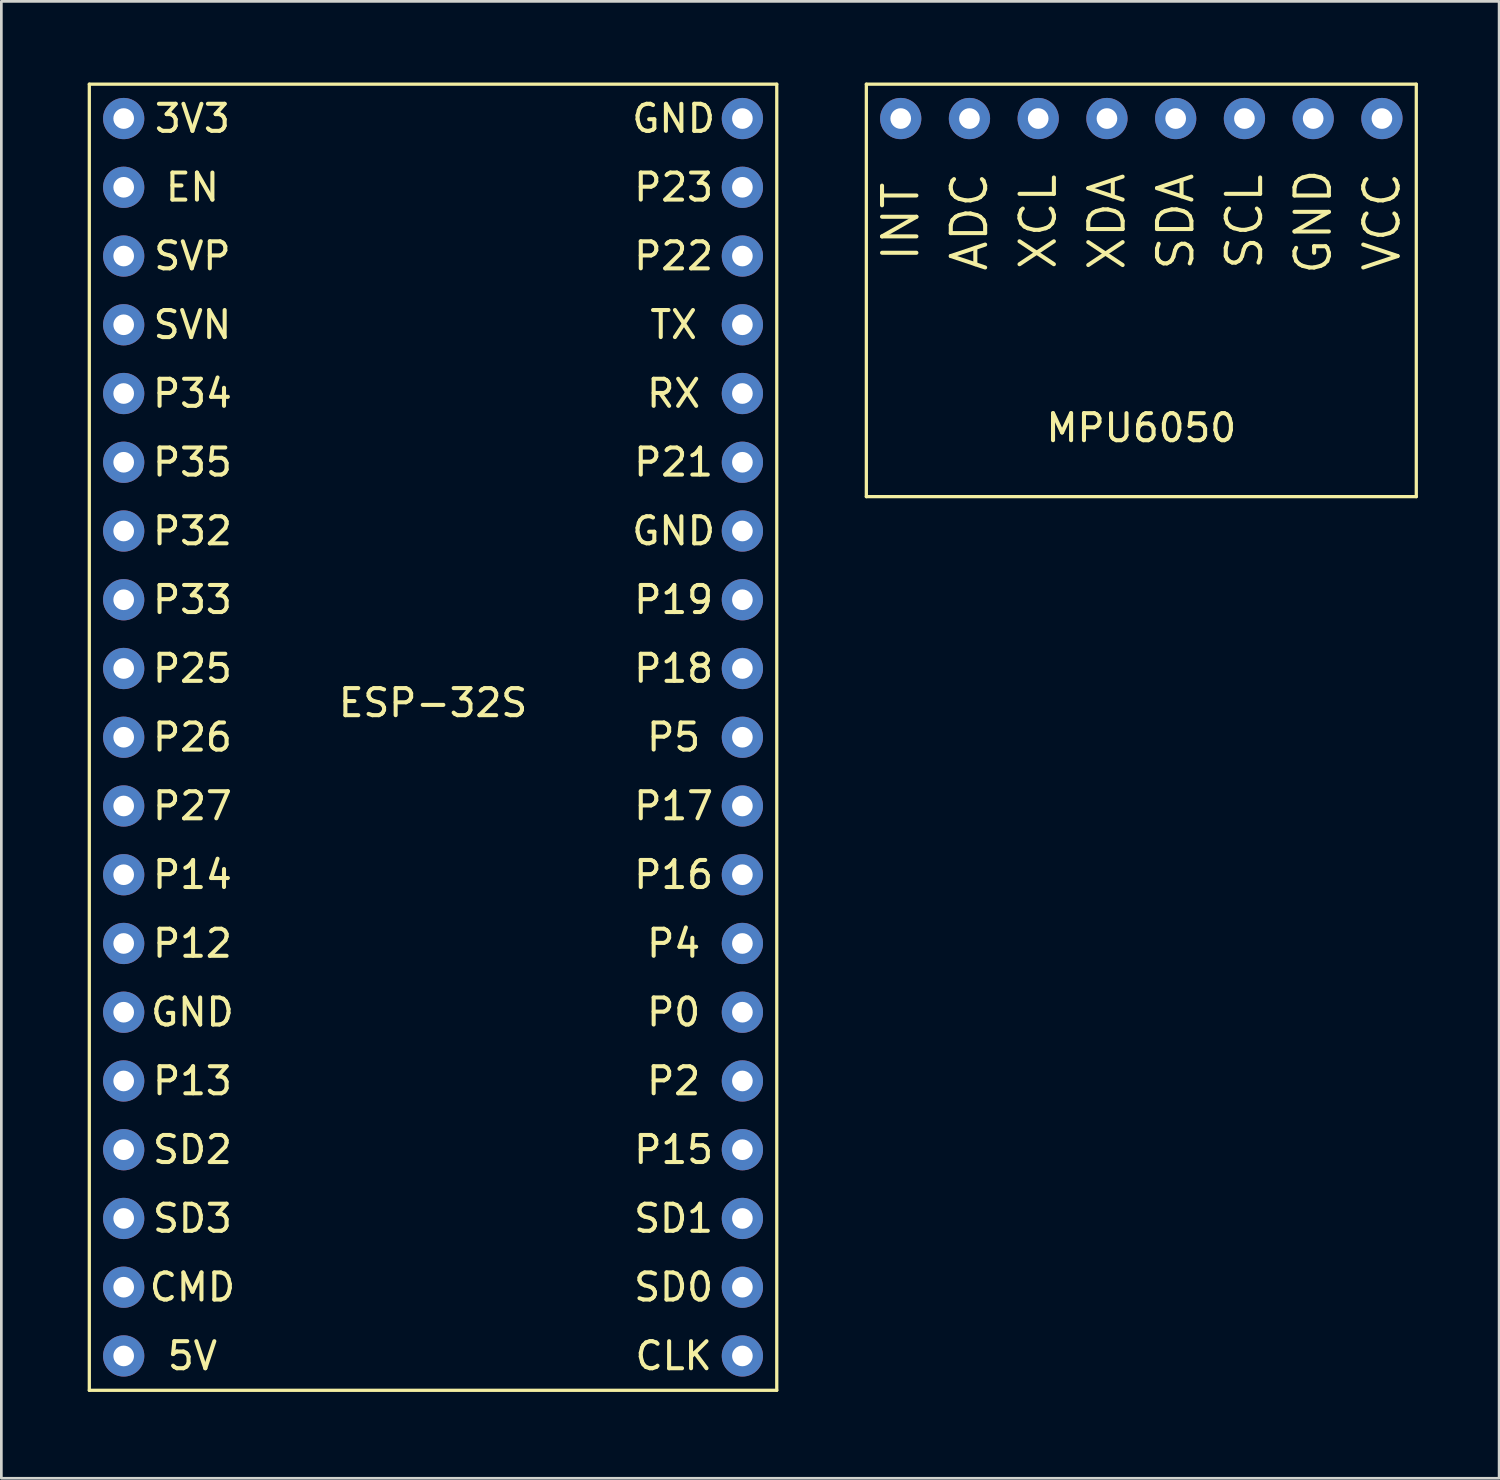
<source format=kicad_pcb>
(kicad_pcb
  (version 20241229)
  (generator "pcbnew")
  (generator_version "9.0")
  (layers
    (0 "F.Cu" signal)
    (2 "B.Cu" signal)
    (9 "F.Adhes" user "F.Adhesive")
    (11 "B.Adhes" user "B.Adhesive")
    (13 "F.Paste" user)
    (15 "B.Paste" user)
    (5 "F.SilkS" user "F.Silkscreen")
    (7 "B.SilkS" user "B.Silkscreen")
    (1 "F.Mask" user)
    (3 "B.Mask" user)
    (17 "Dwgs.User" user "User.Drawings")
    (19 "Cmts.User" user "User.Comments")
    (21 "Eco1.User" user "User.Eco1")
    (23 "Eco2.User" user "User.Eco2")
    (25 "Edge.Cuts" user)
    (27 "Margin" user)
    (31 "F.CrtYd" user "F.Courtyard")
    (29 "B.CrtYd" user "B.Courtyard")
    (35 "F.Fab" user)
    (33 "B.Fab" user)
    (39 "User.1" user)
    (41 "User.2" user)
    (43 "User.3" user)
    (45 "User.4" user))
  (footprint "MPU6050"
    (layer "F.Cu")
    (at 28.96 15.3)
    (property "Reference" "MPU6050" (at 10.16 -2.54 0) (layer "F.SilkS") (effects (font (size 1 1) (thickness 0.15))))
    (attr through_hole)
    (fp_line (start 0 -15.24) (end 0 0) (stroke (width 0.12) (type solid)) (layer "F.SilkS"))
    (fp_line (start 0 0) (end 20.32 0) (stroke (width 0.12) (type solid)) (layer "F.SilkS"))
    (fp_line (start 20.32 -15.24) (end 0 -15.24) (stroke (width 0.12) (type solid)) (layer "F.SilkS"))
    (fp_line (start 20.32 0) (end 20.32 -15.24) (stroke (width 0.12) (type solid)) (layer "F.SilkS"))
    (fp_text user "XDA" (at 8.89 -10.16 90) (layer "F.SilkS") (effects (font (size 1.27 1.27) (thickness 0.15))))
    (fp_text user "GND" (at 16.51 -10.16 90) (layer "F.SilkS") (effects (font (size 1.27 1.27) (thickness 0.15))))
    (fp_text user "SCL" (at 13.97 -10.16 90) (layer "F.SilkS") (effects (font (size 1.27 1.27) (thickness 0.15))))
    (fp_text user "ADC" (at 3.81 -10.16 270) (layer "F.SilkS") (effects (font (size 1.27 1.27) (thickness 0.15))))
    (fp_text user "SDA" (at 11.43 -10.16 90) (layer "F.SilkS") (effects (font (size 1.27 1.27) (thickness 0.15))))
    (fp_text user "XCL" (at 6.35 -10.16 90) (layer "F.SilkS") (effects (font (size 1.27 1.27) (thickness 0.15))))
    (fp_text user "VCC" (at 19.05 -10.16 90) (layer "F.SilkS") (effects (font (size 1.27 1.27) (thickness 0.15))))
    (fp_text user "INT" (at 1.27 -10.16 270) (layer "F.SilkS") (effects (font (size 1.27 1.27) (thickness 0.15))))
    (pad "0" thru_hole circle (at 1.27 -13.97) (size 1.524 1.524) (drill 0.762) (layers "*.Cu" "*.Mask"))
    (pad "1" thru_hole circle (at 3.81 -13.97) (size 1.524 1.524) (drill 0.762) (layers "*.Cu" "*.Mask"))
    (pad "2" thru_hole circle (at 6.35 -13.97) (size 1.524 1.524) (drill 0.762) (layers "*.Cu" "*.Mask"))
    (pad "3" thru_hole circle (at 8.89 -13.97) (size 1.524 1.524) (drill 0.762) (layers "*.Cu" "*.Mask"))
    (pad "4" thru_hole circle (at 11.43 -13.97) (size 1.524 1.524) (drill 0.762) (layers "*.Cu" "*.Mask"))
    (pad "5" thru_hole circle (at 13.97 -13.97) (size 1.524 1.524) (drill 0.762) (layers "*.Cu" "*.Mask"))
    (pad "6" thru_hole circle (at 16.51 -13.97) (size 1.524 1.524) (drill 0.762) (layers "*.Cu" "*.Mask"))
    (pad "7" thru_hole circle (at 19.05 -13.97) (size 1.524 1.524) (drill 0.762) (layers "*.Cu" "*.Mask")))
  (footprint "ESP-32S"
    (layer "F.Cu")
    (at 0.25 48.32)
    (property "Reference" "ESP-32S" (at 12.7 -25.4 0) (layer "F.SilkS") (effects (font (size 1 1) (thickness 0.15))))
    (attr through_hole)
    (fp_line (start 0 -48.26) (end 0 0) (stroke (width 0.12) (type solid)) (layer "F.SilkS"))
    (fp_line (start 0 0) (end 25.4 0) (stroke (width 0.12) (type solid)) (layer "F.SilkS"))
    (fp_line (start 25.4 -48.26) (end 0 -48.26) (stroke (width 0.12) (type solid)) (layer "F.SilkS"))
    (fp_line (start 25.4 0) (end 25.4 -48.26) (stroke (width 0.12) (type solid)) (layer "F.SilkS"))
    (fp_text user "P33" (at 3.81 -29.21 0) (layer "F.SilkS") (effects (font (size 1 1) (thickness 0.15))))
    (fp_text user "P21" (at 21.59 -34.29 0) (layer "F.SilkS") (effects (font (size 1 1) (thickness 0.15))))
    (fp_text user "P25" (at 3.81 -26.67 0) (layer "F.SilkS") (effects (font (size 1 1) (thickness 0.15))))
    (fp_text user "P2" (at 21.59 -11.43 0) (layer "F.SilkS") (effects (font (size 1 1) (thickness 0.15))))
    (fp_text user "3V3" (at 3.81 -46.99 180) (layer "F.SilkS") (effects (font (size 1 1) (thickness 0.15))))
    (fp_text user "P27" (at 3.81 -21.59 0) (layer "F.SilkS") (effects (font (size 1 1) (thickness 0.15))))
    (fp_text user "P35" (at 3.81 -34.29 0) (layer "F.SilkS") (effects (font (size 1 1) (thickness 0.15))))
    (fp_text user "P4" (at 21.59 -16.51 0) (layer "F.SilkS") (effects (font (size 1 1) (thickness 0.15))))
    (fp_text user "P0" (at 21.59 -13.97 0) (layer "F.SilkS") (effects (font (size 1 1) (thickness 0.15))))
    (fp_text user "P32" (at 3.81 -31.75 0) (layer "F.SilkS") (effects (font (size 1 1) (thickness 0.15))))
    (fp_text user "SD2" (at 3.81 -8.89 0) (layer "F.SilkS") (effects (font (size 1 1) (thickness 0.15))))
    (fp_text user "P26" (at 3.81 -24.13 0) (layer "F.SilkS") (effects (font (size 1 1) (thickness 0.15))))
    (fp_text user "GND" (at 21.59 -46.99 0) (layer "F.SilkS") (effects (font (size 1 1) (thickness 0.15))))
    (fp_text user "SVP" (at 3.81 -41.91 0) (layer "F.SilkS") (effects (font (size 1 1) (thickness 0.15))))
    (fp_text user "SD1" (at 21.59 -6.35 0) (layer "F.SilkS") (effects (font (size 1 1) (thickness 0.15))))
    (fp_text user "P19" (at 21.59 -29.21 0) (layer "F.SilkS") (effects (font (size 1 1) (thickness 0.15))))
    (fp_text user "P23" (at 21.59 -44.45 0) (layer "F.SilkS") (effects (font (size 1 1) (thickness 0.15))))
    (fp_text user "P5" (at 21.59 -24.13 0) (layer "F.SilkS") (effects (font (size 1 1) (thickness 0.15))))
    (fp_text user "TX" (at 21.59 -39.37 0) (layer "F.SilkS") (effects (font (size 1 1) (thickness 0.15))))
    (fp_text user "5V" (at 3.81 -1.27 0) (layer "F.SilkS") (effects (font (size 1 1) (thickness 0.15))))
    (fp_text user "SVN" (at 3.81 -39.37 0) (layer "F.SilkS") (effects (font (size 1 1) (thickness 0.15))))
    (fp_text user "EN" (at 3.81 -44.45 0) (layer "F.SilkS") (effects (font (size 1 1) (thickness 0.15))))
    (fp_text user "P14" (at 3.81 -19.05 0) (layer "F.SilkS") (effects (font (size 1 1) (thickness 0.15))))
    (fp_text user "P16" (at 21.59 -19.05 0) (layer "F.SilkS") (effects (font (size 1 1) (thickness 0.15))))
    (fp_text user "P18" (at 21.59 -26.67 0) (layer "F.SilkS") (effects (font (size 1 1) (thickness 0.15))))
    (fp_text user "CMD" (at 3.81 -3.81 0) (layer "F.SilkS") (effects (font (size 1 1) (thickness 0.15))))
    (fp_text user "SD3" (at 3.81 -6.35 0) (layer "F.SilkS") (effects (font (size 1 1) (thickness 0.15))))
    (fp_text user "GND" (at 3.81 -13.97 0) (layer "F.SilkS") (effects (font (size 1 1) (thickness 0.15))))
    (fp_text user "P22" (at 21.59 -41.91 0) (layer "F.SilkS") (effects (font (size 1 1) (thickness 0.15))))
    (fp_text user "P34" (at 3.81 -36.83 0) (layer "F.SilkS") (effects (font (size 1 1) (thickness 0.15))))
    (fp_text user "P17" (at 21.59 -21.59 0) (layer "F.SilkS") (effects (font (size 1 1) (thickness 0.15))))
    (fp_text user "SD0" (at 21.59 -3.81 0) (layer "F.SilkS") (effects (font (size 1 1) (thickness 0.15))))
    (fp_text user "P15" (at 21.59 -8.89 0) (layer "F.SilkS") (effects (font (size 1 1) (thickness 0.15))))
    (fp_text user "RX" (at 21.59 -36.83 0) (layer "F.SilkS") (effects (font (size 1 1) (thickness 0.15))))
    (fp_text user "CLK" (at 21.59 -1.27 0) (layer "F.SilkS") (effects (font (size 1 1) (thickness 0.15))))
    (fp_text user "GND" (at 21.59 -31.75 0) (layer "F.SilkS") (effects (font (size 1 1) (thickness 0.15))))
    (fp_text user "P12" (at 3.81 -16.51 0) (layer "F.SilkS") (effects (font (size 1 1) (thickness 0.15))))
    (fp_text user "P13" (at 3.81 -11.43 0) (layer "F.SilkS") (effects (font (size 1 1) (thickness 0.15))))
    (pad "0" thru_hole circle (at 1.27 -46.99) (size 1.524 1.524) (drill 0.762) (layers "*.Cu" "*.Mask"))
    (pad "1" thru_hole circle (at 1.27 -44.45) (size 1.524 1.524) (drill 0.762) (layers "*.Cu" "*.Mask"))
    (pad "2" thru_hole circle (at 1.27 -41.91) (size 1.524 1.524) (drill 0.762) (layers "*.Cu" "*.Mask"))
    (pad "3" thru_hole circle (at 1.27 -39.37) (size 1.524 1.524) (drill 0.762) (layers "*.Cu" "*.Mask"))
    (pad "4" thru_hole circle (at 1.27 -36.83) (size 1.524 1.524) (drill 0.762) (layers "*.Cu" "*.Mask"))
    (pad "5" thru_hole circle (at 1.27 -34.29) (size 1.524 1.524) (drill 0.762) (layers "*.Cu" "*.Mask"))
    (pad "6" thru_hole circle (at 1.27 -31.75) (size 1.524 1.524) (drill 0.762) (layers "*.Cu" "*.Mask"))
    (pad "7" thru_hole circle (at 1.27 -29.21) (size 1.524 1.524) (drill 0.762) (layers "*.Cu" "*.Mask"))
    (pad "8" thru_hole circle (at 1.27 -26.67) (size 1.524 1.524) (drill 0.762) (layers "*.Cu" "*.Mask"))
    (pad "9" thru_hole circle (at 1.27 -24.13) (size 1.524 1.524) (drill 0.762) (layers "*.Cu" "*.Mask"))
    (pad "10" thru_hole circle (at 1.27 -21.59) (size 1.524 1.524) (drill 0.762) (layers "*.Cu" "*.Mask"))
    (pad "11" thru_hole circle (at 1.27 -19.05) (size 1.524 1.524) (drill 0.762) (layers "*.Cu" "*.Mask"))
    (pad "12" thru_hole circle (at 1.27 -16.51) (size 1.524 1.524) (drill 0.762) (layers "*.Cu" "*.Mask"))
    (pad "13" thru_hole circle (at 1.27 -13.97) (size 1.524 1.524) (drill 0.762) (layers "*.Cu" "*.Mask"))
    (pad "14" thru_hole circle (at 1.27 -11.43) (size 1.524 1.524) (drill 0.762) (layers "*.Cu" "*.Mask"))
    (pad "15" thru_hole circle (at 1.27 -8.89) (size 1.524 1.524) (drill 0.762) (layers "*.Cu" "*.Mask"))
    (pad "16" thru_hole circle (at 1.27 -6.35) (size 1.524 1.524) (drill 0.762) (layers "*.Cu" "*.Mask"))
    (pad "17" thru_hole circle (at 1.27 -3.81) (size 1.524 1.524) (drill 0.762) (layers "*.Cu" "*.Mask"))
    (pad "18" thru_hole circle (at 1.27 -1.27) (size 1.524 1.524) (drill 0.762) (layers "*.Cu" "*.Mask"))
    (pad "19" thru_hole circle (at 24.13 -46.99) (size 1.524 1.524) (drill 0.762) (layers "*.Cu" "*.Mask"))
    (pad "20" thru_hole circle (at 24.13 -44.45) (size 1.524 1.524) (drill 0.762) (layers "*.Cu" "*.Mask"))
    (pad "21" thru_hole circle (at 24.13 -41.91) (size 1.524 1.524) (drill 0.762) (layers "*.Cu" "*.Mask"))
    (pad "22" thru_hole circle (at 24.13 -39.37) (size 1.524 1.524) (drill 0.762) (layers "*.Cu" "*.Mask"))
    (pad "23" thru_hole circle (at 24.13 -36.83) (size 1.524 1.524) (drill 0.762) (layers "*.Cu" "*.Mask"))
    (pad "24" thru_hole circle (at 24.13 -34.29) (size 1.524 1.524) (drill 0.762) (layers "*.Cu" "*.Mask"))
    (pad "25" thru_hole circle (at 24.13 -31.75) (size 1.524 1.524) (drill 0.762) (layers "*.Cu" "*.Mask"))
    (pad "26" thru_hole circle (at 24.13 -29.21) (size 1.524 1.524) (drill 0.762) (layers "*.Cu" "*.Mask"))
    (pad "27" thru_hole circle (at 24.13 -26.67) (size 1.524 1.524) (drill 0.762) (layers "*.Cu" "*.Mask"))
    (pad "28" thru_hole circle (at 24.13 -24.13) (size 1.524 1.524) (drill 0.762) (layers "*.Cu" "*.Mask"))
    (pad "29" thru_hole circle (at 24.13 -21.59) (size 1.524 1.524) (drill 0.762) (layers "*.Cu" "*.Mask"))
    (pad "30" thru_hole circle (at 24.13 -19.05) (size 1.524 1.524) (drill 0.762) (layers "*.Cu" "*.Mask"))
    (pad "31" thru_hole circle (at 24.13 -16.51) (size 1.524 1.524) (drill 0.762) (layers "*.Cu" "*.Mask"))
    (pad "32" thru_hole circle (at 24.13 -13.97) (size 1.524 1.524) (drill 0.762) (layers "*.Cu" "*.Mask"))
    (pad "33" thru_hole circle (at 24.13 -11.43) (size 1.524 1.524) (drill 0.762) (layers "*.Cu" "*.Mask"))
    (pad "34" thru_hole circle (at 24.13 -8.89) (size 1.524 1.524) (drill 0.762) (layers "*.Cu" "*.Mask"))
    (pad "35" thru_hole circle (at 24.13 -6.35) (size 1.524 1.524) (drill 0.762) (layers "*.Cu" "*.Mask"))
    (pad "36" thru_hole circle (at 24.13 -3.81) (size 1.524 1.524) (drill 0.762) (layers "*.Cu" "*.Mask"))
    (pad "37" thru_hole circle (at 24.13 -1.27) (size 1.524 1.524) (drill 0.762) (layers "*.Cu" "*.Mask")))
  (gr_rect
    (start -3 -3)
    (end 52.34 51.57)
    (stroke (width 0.1) (type default))
    (fill no)
    (layer "Edge.Cuts")))
</source>
